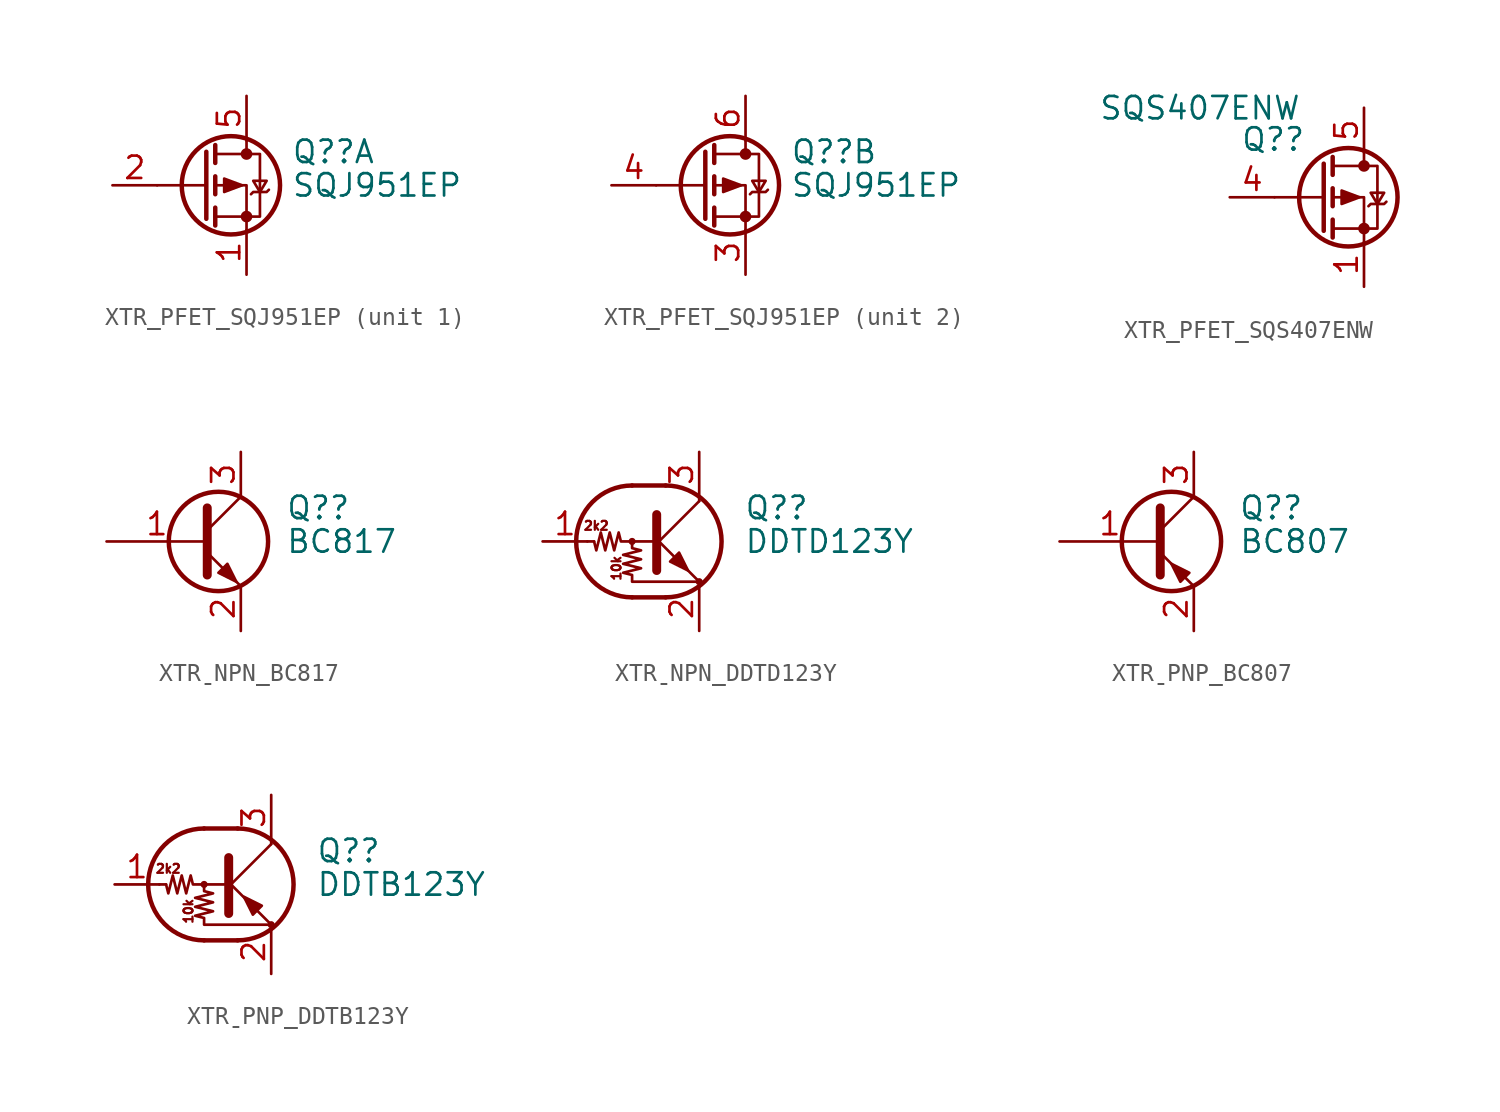
<source format=kicad_sym>
(kicad_symbol_lib
  (version 20231120)
  (generator "kicad_symbol_editor")
  (generator_version "8.0")
  (symbol "XTR_PFET_SQJ951EP"
    (pin_names hide)
    (property "Reference" "Q?"
      (at 5.08 1.905 0)
      (effects (font (size 1.27 1.27)) (justify left)))
    (property "Value" "SQJ951EP"
      (at 5.08 0 0)
      (effects (font (size 1.27 1.27)) (justify left)))
    (symbol "XTR_PFET_SQJ951EP_0_1"
      (polyline (pts (xy 0.254 0) (xy -2.54 0)) (stroke (width 0) (type default)) (fill (type none)))
      (polyline (pts (xy 0.254 1.905) (xy 0.254 -1.905)) (stroke (width 0.254) (type default)) (fill (type none)))
      (polyline (pts (xy 0.762 -1.27) (xy 0.762 -2.286)) (stroke (width 0.254) (type default)) (fill (type none)))
      (polyline (pts (xy 0.762 0.508) (xy 0.762 -0.508)) (stroke (width 0.254) (type default)) (fill (type none)))
      (polyline (pts (xy 0.762 2.286) (xy 0.762 1.27)) (stroke (width 0.254) (type default)) (fill (type none)))
      (polyline (pts (xy 2.54 2.54) (xy 2.54 1.778)) (stroke (width 0) (type default)) (fill (type none)))
      (polyline (pts (xy 2.54 -2.54) (xy 2.54 0) (xy 0.762 0)) (stroke (width 0) (type default)) (fill (type none)))
      (polyline (pts (xy 0.762 1.778) (xy 3.302 1.778) (xy 3.302 -1.778) (xy 0.762 -1.778)) (stroke (width 0) (type default)) (fill (type none)))
      (polyline (pts (xy 2.286 0) (xy 1.27 0.381) (xy 1.27 -0.381) (xy 2.286 0)) (stroke (width 0) (type default)) (fill (type outline)))
      (polyline (pts (xy 2.794 -0.508) (xy 2.921 -0.381) (xy 3.683 -0.381) (xy 3.81 -0.254)) (stroke (width 0) (type default)) (fill (type none)))
      (polyline (pts (xy 3.302 -0.381) (xy 2.921 0.254) (xy 3.683 0.254) (xy 3.302 -0.381)) (stroke (width 0) (type default)) (fill (type none)))
      (circle (center 1.651 0) (radius 2.794) (stroke (width 0.254) (type default)) (fill (type none)))
      (circle (center 2.54 -1.778) (radius 0.254) (stroke (width 0) (type default)) (fill (type outline)))
      (circle (center 2.54 1.778) (radius 0.254) (stroke (width 0) (type default)) (fill (type outline))))
    (symbol "XTR_PFET_SQJ951EP_1_1"
      (pin passive line (at 2.54 -5.08 90) (length 2.54) (name "S1" (effects (font (size 1.27 1.27)))) (number "1" (effects (font (size 1.27 1.27)))))
      (pin input line (at -5.08 0 0) (length 2.54) (name "G1" (effects (font (size 1.27 1.27)))) (number "2" (effects (font (size 1.27 1.27)))))
      (pin passive line (at 2.54 5.08 270) (length 2.54) (name "D1" (effects (font (size 1.27 1.27)))) (number "5" (effects (font (size 1.27 1.27))))))
    (symbol "XTR_PFET_SQJ951EP_2_1"
      (pin passive line (at 2.54 -5.08 90) (length 2.54) (name "S2" (effects (font (size 1.27 1.27)))) (number "3" (effects (font (size 1.27 1.27)))))
      (pin input line (at -5.08 0 0) (length 2.54) (name "G2" (effects (font (size 1.27 1.27)))) (number "4" (effects (font (size 1.27 1.27)))))
      (pin passive line (at 2.54 5.08 270) (length 2.54) (name "D2" (effects (font (size 1.27 1.27)))) (number "6" (effects (font (size 1.27 1.27)))))))
  (symbol "XTR_PFET_SQS407ENW"
    (pin_names hide)
    (property "Reference" "Q?"
      (at -0.762 2.54 0)
      (effects (font (size 1.27 1.27)) (justify right bottom)))
    (property "Value" "SQS407ENW"
      (at -1.016 4.318 0)
      (effects (font (size 1.27 1.27)) (justify right bottom)))
    (symbol "XTR_PFET_SQS407ENW_0_1"
      (polyline (pts (xy 0.254 0) (xy -2.54 0)) (stroke (width 0) (type default)) (fill (type none)))
      (polyline (pts (xy 0.254 1.905) (xy 0.254 -1.905)) (stroke (width 0.254) (type default)) (fill (type none)))
      (polyline (pts (xy 0.762 -1.27) (xy 0.762 -2.286)) (stroke (width 0.254) (type default)) (fill (type none)))
      (polyline (pts (xy 0.762 0.508) (xy 0.762 -0.508)) (stroke (width 0.254) (type default)) (fill (type none)))
      (polyline (pts (xy 0.762 2.286) (xy 0.762 1.27)) (stroke (width 0.254) (type default)) (fill (type none)))
      (polyline (pts (xy 2.54 2.54) (xy 2.54 1.778)) (stroke (width 0) (type default)) (fill (type none)))
      (polyline (pts (xy 2.54 -2.54) (xy 2.54 0) (xy 0.762 0)) (stroke (width 0) (type default)) (fill (type none)))
      (polyline (pts (xy 0.762 1.778) (xy 3.302 1.778) (xy 3.302 -1.778) (xy 0.762 -1.778)) (stroke (width 0) (type default)) (fill (type none)))
      (polyline (pts (xy 2.286 0) (xy 1.27 0.381) (xy 1.27 -0.381) (xy 2.286 0)) (stroke (width 0) (type default)) (fill (type outline)))
      (polyline (pts (xy 2.794 -0.508) (xy 2.921 -0.381) (xy 3.683 -0.381) (xy 3.81 -0.254)) (stroke (width 0) (type default)) (fill (type none)))
      (polyline (pts (xy 3.302 -0.381) (xy 2.921 0.254) (xy 3.683 0.254) (xy 3.302 -0.381)) (stroke (width 0) (type default)) (fill (type none)))
      (circle (center 1.651 0) (radius 2.794) (stroke (width 0.254) (type default)) (fill (type none)))
      (circle (center 2.54 -1.778) (radius 0.254) (stroke (width 0) (type default)) (fill (type outline)))
      (circle (center 2.54 1.778) (radius 0.254) (stroke (width 0) (type default)) (fill (type outline))))
    (symbol "XTR_PFET_SQS407ENW_1_1"
      (pin input line (at 2.54 -5.08 90) (length 2.54) (name "G" (effects (font (size 1.27 1.27)))) (number "1" (effects (font (size 1.27 1.27)))))
      (pin passive line (at 2.54 -5.08 90) (length 2.54) hide (name "S" (effects (font (size 1.27 1.27)))) (number "2" (effects (font (size 1.27 1.27)))))
      (pin input line (at 2.54 -5.08 90) (length 2.54) hide (name "G" (effects (font (size 1.27 1.27)))) (number "3" (effects (font (size 1.27 1.27)))))
      (pin input line (at -5.08 0 0) (length 2.54) (name "G" (effects (font (size 1.27 1.27)))) (number "4" (effects (font (size 1.27 1.27)))))
      (pin passive line (at 2.54 5.08 270) (length 2.54) (name "D" (effects (font (size 1.27 1.27)))) (number "5" (effects (font (size 1.27 1.27)))))))
  (symbol "XTRˍNPN_BC817"
    (pin_names
      (offset 0) hide)
    (property "Reference" "Q?"
      (at 5.08 1.905 0)
      (effects (font (size 1.27 1.27)) (justify left)))
    (property "Value" "BC817"
      (at 5.08 0 0)
      (effects (font (size 1.27 1.27)) (justify left)))
    (symbol "XTRˍNPN_BC817_0_1"
      (polyline (pts (xy 0.635 0.635) (xy 2.54 2.54)) (stroke (width 0) (type default)) (fill (type none)))
      (polyline (pts (xy 0.635 -0.635) (xy 2.54 -2.54) (xy 2.54 -2.54)) (stroke (width 0) (type default)) (fill (type none)))
      (polyline (pts (xy 0.635 1.905) (xy 0.635 -1.905) (xy 0.635 -1.905)) (stroke (width 0.508) (type default)) (fill (type none)))
      (polyline (pts (xy 1.27 -1.778) (xy 1.778 -1.27) (xy 2.286 -2.286) (xy 1.27 -1.778) (xy 1.27 -1.778)) (stroke (width 0) (type default)) (fill (type outline)))
      (circle (center 1.27 0) (radius 2.819) (stroke (width 0.254) (type default)) (fill (type none))))
    (symbol "XTRˍNPN_BC817_1_1"
      (pin input line (at -5.08 0 0) (length 5.715) (name "B" (effects (font (size 1.27 1.27)))) (number "1" (effects (font (size 1.27 1.27)))))
      (pin passive line (at 2.54 -5.08 90) (length 2.54) (name "E" (effects (font (size 1.27 1.27)))) (number "2" (effects (font (size 1.27 1.27)))))
      (pin passive line (at 2.54 5.08 270) (length 2.54) (name "C" (effects (font (size 1.27 1.27)))) (number "3" (effects (font (size 1.27 1.27)))))))
  (symbol "XTRˍNPN_DDTD123Y"
    (pin_names
      (offset 0) hide)
    (property "Reference" "Q?"
      (at 5.08 1.905 0)
      (effects (font (size 1.27 1.27)) (justify left)))
    (property "Value" "DDTD123Y"
      (at 5.08 0 0)
      (effects (font (size 1.27 1.27)) (justify left)))
    (symbol "XTRˍNPN_DDTD123Y_0_0"
      (text "10k" (at -2.159 -1.524 900) (effects (font (size 0.508 0.508))))
      (text "2k2" (at -3.302 0.889 0) (effects (font (size 0.508 0.508)))))
    (symbol "XTRˍNPN_DDTD123Y_0_1"
      (circle (center -1.27 0) (radius 0.127) (stroke (width 0) (type default)) (fill (type none)))
      (arc (start -1.27 3.175) (mid -4.4312 0) (end -1.27 -3.175) (stroke (width 0.254) (type default)) (fill (type none)))
      (polyline (pts (xy -3.429 0) (xy -3.81 0)) (stroke (width 0) (type default)) (fill (type none)))
      (polyline (pts (xy -1.27 -3.175) (xy 0.635 -3.175)) (stroke (width 0.254) (type default)) (fill (type none)))
      (polyline (pts (xy -1.27 3.175) (xy 0.635 3.175)) (stroke (width 0.254) (type default)) (fill (type none)))
      (polyline (pts (xy 0 -0.254) (xy 2.54 2.286)) (stroke (width 0) (type default)) (fill (type none)))
      (polyline (pts (xy 0.127 1.524) (xy 0.127 -1.651)) (stroke (width 0.508) (type default)) (fill (type outline)))
      (polyline (pts (xy 2.54 2.286) (xy 2.54 2.54)) (stroke (width 0) (type default)) (fill (type none)))
      (polyline (pts (xy 2.54 -2.286) (xy 0 0.254) (xy 0 0.254)) (stroke (width 0) (type default)) (fill (type none)))
      (polyline (pts (xy 0.889 -1.143) (xy 1.397 -0.635) (xy 1.905 -1.651) (xy 0.889 -1.143)) (stroke (width 0) (type default)) (fill (type outline)))
      (polyline (pts (xy 0 0) (xy -1.905 0) (xy -2.032 0.508) (xy -2.286 -0.508) (xy -2.54 0.508) (xy -2.794 -0.508) (xy -3.048 0.508) (xy -3.302 -0.508) (xy -3.429 0)) (stroke (width 0) (type default)) (fill (type none)))
      (polyline (pts (xy -1.27 0) (xy -1.27 -0.381) (xy -0.762 -0.508) (xy -1.778 -0.762) (xy -0.762 -1.016) (xy -1.778 -1.27) (xy -0.762 -1.524) (xy -1.778 -1.778) (xy -1.27 -1.905) (xy -1.27 -2.286) (xy 2.54 -2.286)) (stroke (width 0) (type default)) (fill (type none)))
      (arc (start 0.635 -3.175) (mid 3.7962 0) (end 0.635 3.175) (stroke (width 0.254) (type default)) (fill (type none)))
      (circle (center 2.54 -2.286) (radius 0.127) (stroke (width 0) (type default)) (fill (type none))))
    (symbol "XTRˍNPN_DDTD123Y_1_1"
      (pin input line (at -6.35 0 0) (length 2.54) (name "B" (effects (font (size 1.27 1.27)))) (number "1" (effects (font (size 1.27 1.27)))))
      (pin passive line (at 2.54 -5.08 90) (length 2.54) (name "E" (effects (font (size 1.27 1.27)))) (number "2" (effects (font (size 1.27 1.27)))))
      (pin passive line (at 2.54 5.08 270) (length 2.54) (name "C" (effects (font (size 1.27 1.27)))) (number "3" (effects (font (size 1.27 1.27)))))))
  (symbol "XTRˍPNP_BC807"
    (pin_names
      (offset 0) hide)
    (property "Reference" "Q?"
      (at 5.08 1.905 0)
      (effects (font (size 1.27 1.27)) (justify left)))
    (property "Value" "BC807"
      (at 5.08 0 0)
      (effects (font (size 1.27 1.27)) (justify left)))
    (symbol "XTRˍPNP_BC807_0_1"
      (polyline (pts (xy 0.635 0.635) (xy 2.54 2.54)) (stroke (width 0) (type default)) (fill (type none)))
      (polyline (pts (xy 0.635 -0.635) (xy 2.54 -2.54) (xy 2.54 -2.54)) (stroke (width 0) (type default)) (fill (type none)))
      (polyline (pts (xy 0.635 1.905) (xy 0.635 -1.905) (xy 0.635 -1.905)) (stroke (width 0.508) (type default)) (fill (type none)))
      (polyline (pts (xy 2.286 -1.778) (xy 1.778 -2.286) (xy 1.27 -1.27) (xy 2.286 -1.778) (xy 2.286 -1.778)) (stroke (width 0) (type default)) (fill (type outline)))
      (circle (center 1.27 0) (radius 2.819) (stroke (width 0.254) (type default)) (fill (type none))))
    (symbol "XTRˍPNP_BC807_1_1"
      (pin input line (at -5.08 0 0) (length 5.715) (name "B" (effects (font (size 1.27 1.27)))) (number "1" (effects (font (size 1.27 1.27)))))
      (pin passive line (at 2.54 -5.08 90) (length 2.54) (name "E" (effects (font (size 1.27 1.27)))) (number "2" (effects (font (size 1.27 1.27)))))
      (pin passive line (at 2.54 5.08 270) (length 2.54) (name "C" (effects (font (size 1.27 1.27)))) (number "3" (effects (font (size 1.27 1.27)))))))
  (symbol "XTRˍPNP_DDTB123Y"
    (pin_names
      (offset 0) hide)
    (property "Reference" "Q?"
      (at 5.08 1.905 0)
      (effects (font (size 1.27 1.27)) (justify left)))
    (property "Value" "DDTB123Y"
      (at 5.08 0 0)
      (effects (font (size 1.27 1.27)) (justify left)))
    (symbol "XTRˍPNP_DDTB123Y_0_0"
      (text "10k" (at -2.159 -1.524 900) (effects (font (size 0.508 0.508))))
      (text "2k2" (at -3.302 0.889 0) (effects (font (size 0.508 0.508)))))
    (symbol "XTRˍPNP_DDTB123Y_0_1"
      (circle (center -1.27 0) (radius 0.127) (stroke (width 0) (type default)) (fill (type none)))
      (arc (start -1.27 3.175) (mid -4.4312 0) (end -1.27 -3.175) (stroke (width 0.254) (type default)) (fill (type none)))
      (polyline (pts (xy -3.429 0) (xy -3.81 0)) (stroke (width 0) (type default)) (fill (type none)))
      (polyline (pts (xy -1.27 -3.175) (xy 0.635 -3.175)) (stroke (width 0.254) (type default)) (fill (type none)))
      (polyline (pts (xy -1.27 3.175) (xy 0.635 3.175)) (stroke (width 0.254) (type default)) (fill (type none)))
      (polyline (pts (xy 0 -0.254) (xy 2.54 2.286)) (stroke (width 0) (type default)) (fill (type none)))
      (polyline (pts (xy 0.127 1.524) (xy 0.127 -1.651)) (stroke (width 0.508) (type default)) (fill (type outline)))
      (polyline (pts (xy 2.54 2.286) (xy 2.54 2.54)) (stroke (width 0) (type default)) (fill (type none)))
      (polyline (pts (xy 2.54 -2.286) (xy 0 0.254) (xy 0 0.254)) (stroke (width 0) (type default)) (fill (type none)))
      (polyline (pts (xy 2.007 -1.208) (xy 1.499 -1.716) (xy 0.991 -0.701) (xy 2.007 -1.208)) (stroke (width 0) (type default)) (fill (type outline)))
      (polyline (pts (xy 0 0) (xy -1.905 0) (xy -2.032 0.508) (xy -2.286 -0.508) (xy -2.54 0.508) (xy -2.794 -0.508) (xy -3.048 0.508) (xy -3.302 -0.508) (xy -3.429 0)) (stroke (width 0) (type default)) (fill (type none)))
      (polyline (pts (xy -1.27 0) (xy -1.27 -0.381) (xy -0.762 -0.508) (xy -1.778 -0.762) (xy -0.762 -1.016) (xy -1.778 -1.27) (xy -0.762 -1.524) (xy -1.778 -1.778) (xy -1.27 -1.905) (xy -1.27 -2.286) (xy 2.54 -2.286)) (stroke (width 0) (type default)) (fill (type none)))
      (arc (start 0.635 -3.175) (mid 3.7962 0) (end 0.635 3.175) (stroke (width 0.254) (type default)) (fill (type none)))
      (circle (center 2.54 -2.286) (radius 0.127) (stroke (width 0) (type default)) (fill (type none))))
    (symbol "XTRˍPNP_DDTB123Y_1_1"
      (pin input line (at -6.35 0 0) (length 2.54) (name "B" (effects (font (size 1.27 1.27)))) (number "1" (effects (font (size 1.27 1.27)))))
      (pin passive line (at 2.54 -5.08 90) (length 2.54) (name "E" (effects (font (size 1.27 1.27)))) (number "2" (effects (font (size 1.27 1.27)))))
      (pin passive line (at 2.54 5.08 270) (length 2.54) (name "C" (effects (font (size 1.27 1.27)))) (number "3" (effects (font (size 1.27 1.27))))))))
</source>
